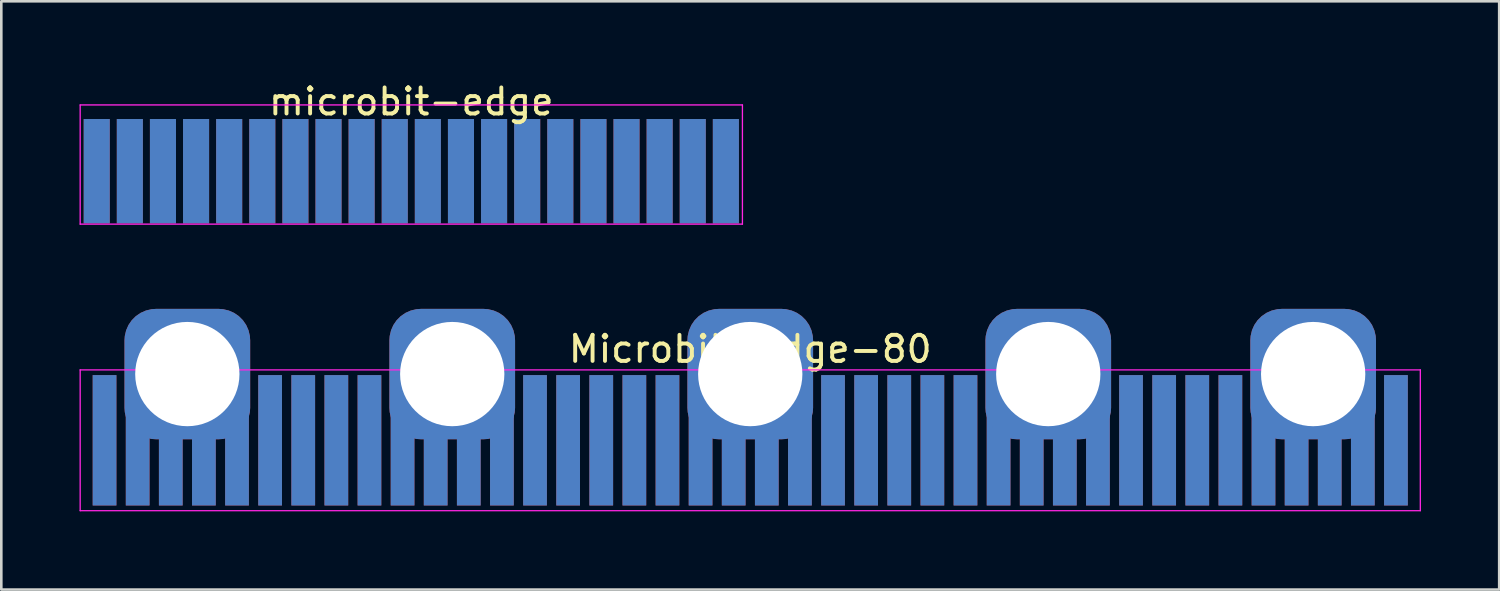
<source format=kicad_pcb>
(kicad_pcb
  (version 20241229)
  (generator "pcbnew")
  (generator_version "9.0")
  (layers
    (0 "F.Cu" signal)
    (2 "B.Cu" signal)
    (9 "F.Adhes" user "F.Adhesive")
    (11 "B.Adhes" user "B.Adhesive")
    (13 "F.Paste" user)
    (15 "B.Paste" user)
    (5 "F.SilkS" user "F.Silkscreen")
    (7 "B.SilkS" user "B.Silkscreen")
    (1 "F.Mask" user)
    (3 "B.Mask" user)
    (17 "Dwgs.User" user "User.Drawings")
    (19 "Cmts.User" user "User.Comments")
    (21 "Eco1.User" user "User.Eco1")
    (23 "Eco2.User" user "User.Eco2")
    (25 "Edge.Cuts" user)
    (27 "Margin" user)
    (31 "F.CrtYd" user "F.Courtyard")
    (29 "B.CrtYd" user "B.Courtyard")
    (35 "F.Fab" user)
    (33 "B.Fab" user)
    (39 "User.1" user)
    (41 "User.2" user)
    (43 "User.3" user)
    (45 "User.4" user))
  (footprint "Microbit-Edge-80"
    (layer "F.Cu")
    (at 25.725 13.837)
    (property "Reference" "Microbit-Edge-80" (at 0 -3.5 0) (layer "F.SilkS") (effects (font (size 1 1) (thickness 0.15))))
    (attr smd)
    (fp_line (start -25.7 -2.7) (end 25.7 -2.7) (stroke (width 0.05) (type solid)) (layer "F.CrtYd"))
    (fp_line (start -25.7 2.7) (end -25.7 -2.7) (stroke (width 0.05) (type solid)) (layer "F.CrtYd"))
    (fp_line (start 25.7 -2.7) (end 25.7 2.7) (stroke (width 0.05) (type solid)) (layer "F.CrtYd"))
    (fp_line (start 25.7 2.7) (end -25.7 2.7) (stroke (width 0.05) (type solid)) (layer "F.CrtYd"))
    (pad "1" smd rect (at -24.765 0) (size 0.91 5) (layers "F.Cu" "F.Mask" "F.Paste"))
    (pad "2" smd rect (at -24.765 0) (size 0.91 5) (layers "F.Mask" "B.Cu" "F.Paste"))
    (pad "3" smd rect (at -23.495 0) (size 0.91 5) (layers "F.Cu" "F.Mask" "F.Paste"))
    (pad "4" smd rect (at -23.495 0) (size 0.91 5) (layers "F.Mask" "B.Cu" "F.Paste"))
    (pad "5" smd rect (at -22.225 0) (size 0.91 5) (layers "F.Cu" "F.Mask" "F.Paste"))
    (pad "6" smd rect (at -22.225 0) (size 0.91 5) (layers "F.Mask" "B.Cu" "F.Paste"))
    (pad "7" smd rect (at -20.955 0) (size 0.91 5) (layers "F.Cu" "F.Mask" "F.Paste"))
    (pad "8" smd rect (at -20.955 0) (size 0.91 5) (layers "F.Mask" "B.Cu" "F.Paste"))
    (pad "9" smd rect (at -19.685 0) (size 0.91 5) (layers "F.Cu" "F.Mask" "F.Paste"))
    (pad "10" smd rect (at -19.685 0) (size 0.91 5) (layers "F.Mask" "B.Cu" "F.Paste"))
    (pad "11" smd rect (at -18.415 0) (size 0.91 5) (layers "F.Cu" "F.Mask" "F.Paste"))
    (pad "12" smd rect (at -18.415 0) (size 0.91 5) (layers "F.Mask" "B.Cu" "F.Paste"))
    (pad "13" smd rect (at -17.145 0) (size 0.91 5) (layers "F.Cu" "F.Mask" "F.Paste"))
    (pad "14" smd rect (at -17.145 0) (size 0.91 5) (layers "F.Mask" "B.Cu" "F.Paste"))
    (pad "15" smd rect (at -15.875 0) (size 0.91 5) (layers "F.Cu" "F.Mask" "F.Paste"))
    (pad "16" smd rect (at -15.875 0) (size 0.91 5) (layers "F.Mask" "B.Cu" "F.Paste"))
    (pad "17" smd rect (at -14.605 0) (size 0.91 5) (layers "F.Cu" "F.Mask" "F.Paste"))
    (pad "18" smd rect (at -14.605 0) (size 0.91 5) (layers "F.Mask" "B.Cu" "F.Paste"))
    (pad "19" smd rect (at -13.335 0) (size 0.91 5) (layers "F.Cu" "F.Mask" "F.Paste"))
    (pad "20" smd rect (at -13.335 0) (size 0.91 5) (layers "F.Mask" "B.Cu" "F.Paste"))
    (pad "21" smd rect (at -12.065 0) (size 0.91 5) (layers "F.Cu" "F.Mask" "F.Paste"))
    (pad "22" smd rect (at -12.065 0) (size 0.91 5) (layers "F.Mask" "B.Cu" "F.Paste"))
    (pad "23" smd rect (at -10.795 0) (size 0.91 5) (layers "F.Cu" "F.Mask" "F.Paste"))
    (pad "24" smd rect (at -10.795 0) (size 0.91 5) (layers "F.Mask" "B.Cu" "F.Paste"))
    (pad "25" smd rect (at -9.525 0) (size 0.91 5) (layers "F.Cu" "F.Mask" "F.Paste"))
    (pad "26" smd rect (at -9.525 0) (size 0.91 5) (layers "F.Mask" "B.Cu" "F.Paste"))
    (pad "27" smd rect (at -8.255 0) (size 0.91 5) (layers "F.Cu" "F.Mask" "F.Paste"))
    (pad "28" smd rect (at -8.255 0) (size 0.91 5) (layers "F.Mask" "B.Cu" "F.Paste"))
    (pad "29" smd rect (at -6.985 0) (size 0.91 5) (layers "F.Cu" "F.Mask" "F.Paste"))
    (pad "30" smd rect (at -6.985 0) (size 0.91 5) (layers "F.Mask" "B.Cu" "F.Paste"))
    (pad "31" smd rect (at -5.715 0) (size 0.91 5) (layers "F.Cu" "F.Mask" "F.Paste"))
    (pad "32" smd rect (at -5.715 0) (size 0.91 5) (layers "F.Mask" "B.Cu" "F.Paste"))
    (pad "33" smd rect (at -4.445 0) (size 0.91 5) (layers "F.Cu" "F.Mask" "F.Paste"))
    (pad "34" smd rect (at -4.445 0) (size 0.91 5) (layers "F.Mask" "B.Cu" "F.Paste"))
    (pad "35" smd rect (at -3.175 0) (size 0.91 5) (layers "F.Cu" "F.Mask" "F.Paste"))
    (pad "36" smd rect (at -3.175 0) (size 0.91 5) (layers "F.Mask" "B.Cu" "F.Paste"))
    (pad "37" smd rect (at -1.905 0) (size 0.91 5) (layers "F.Cu" "F.Mask" "F.Paste"))
    (pad "38" smd rect (at -1.905 0) (size 0.91 5) (layers "F.Mask" "B.Cu" "F.Paste"))
    (pad "39" smd rect (at -0.635 0) (size 0.91 5) (layers "F.Cu" "F.Mask" "F.Paste"))
    (pad "40" smd rect (at -0.635 0) (size 0.91 5) (layers "F.Mask" "B.Cu" "F.Paste"))
    (pad "41" smd rect (at 0.635 0) (size 0.91 5) (layers "F.Cu" "F.Mask" "F.Paste"))
    (pad "42" smd rect (at 0.635 0) (size 0.91 5) (layers "F.Mask" "B.Cu" "F.Paste"))
    (pad "43" smd rect (at 1.905 0) (size 0.91 5) (layers "F.Cu" "F.Mask" "F.Paste"))
    (pad "44" smd rect (at 1.905 0) (size 0.91 5) (layers "F.Mask" "B.Cu" "F.Paste"))
    (pad "45" smd rect (at 3.175 0) (size 0.91 5) (layers "F.Cu" "F.Mask" "F.Paste"))
    (pad "46" smd rect (at 3.175 0) (size 0.91 5) (layers "F.Mask" "B.Cu" "F.Paste"))
    (pad "47" smd rect (at 4.445 0) (size 0.91 5) (layers "F.Cu" "F.Mask" "F.Paste"))
    (pad "48" smd rect (at 4.445 0) (size 0.91 5) (layers "F.Mask" "B.Cu" "F.Paste"))
    (pad "49" smd rect (at 5.715 0) (size 0.91 5) (layers "F.Cu" "F.Mask" "F.Paste"))
    (pad "50" smd rect (at 5.715 0) (size 0.91 5) (layers "F.Mask" "B.Cu" "F.Paste"))
    (pad "51" smd rect (at 6.985 0) (size 0.91 5) (layers "F.Cu" "F.Mask" "F.Paste"))
    (pad "52" smd rect (at 6.985 0) (size 0.91 5) (layers "F.Mask" "B.Cu" "F.Paste"))
    (pad "53" smd rect (at 8.255 0) (size 0.91 5) (layers "F.Cu" "F.Mask" "F.Paste"))
    (pad "54" smd rect (at 8.255 0) (size 0.91 5) (layers "F.Mask" "B.Cu" "F.Paste"))
    (pad "55" smd rect (at 9.525 0) (size 0.91 5) (layers "F.Cu" "F.Mask" "F.Paste"))
    (pad "56" smd rect (at 9.525 0) (size 0.91 5) (layers "F.Mask" "B.Cu" "F.Paste"))
    (pad "57" smd rect (at 10.795 0) (size 0.91 5) (layers "F.Cu" "F.Mask" "F.Paste"))
    (pad "58" smd rect (at 10.795 0) (size 0.91 5) (layers "F.Mask" "B.Cu" "F.Paste"))
    (pad "59" smd rect (at 12.065 0) (size 0.91 5) (layers "F.Cu" "F.Mask" "F.Paste"))
    (pad "60" smd rect (at 12.065 0) (size 0.91 5) (layers "F.Mask" "B.Cu" "F.Paste"))
    (pad "61" smd rect (at 13.335 0) (size 0.91 5) (layers "F.Cu" "F.Mask" "F.Paste"))
    (pad "62" smd rect (at 13.335 0) (size 0.91 5) (layers "F.Mask" "B.Cu" "F.Paste"))
    (pad "63" smd rect (at 14.605 0) (size 0.91 5) (layers "F.Cu" "F.Mask" "F.Paste"))
    (pad "64" smd rect (at 14.605 0) (size 0.91 5) (layers "F.Mask" "B.Cu" "F.Paste"))
    (pad "65" smd rect (at 15.875 0) (size 0.91 5) (layers "F.Cu" "F.Mask" "F.Paste"))
    (pad "66" smd rect (at 15.875 0) (size 0.91 5) (layers "F.Mask" "B.Cu" "F.Paste"))
    (pad "67" smd rect (at 17.145 0) (size 0.91 5) (layers "F.Cu" "F.Mask" "F.Paste"))
    (pad "68" smd rect (at 17.145 0) (size 0.91 5) (layers "F.Mask" "B.Cu" "F.Paste"))
    (pad "69" smd rect (at 18.415 0) (size 0.91 5) (layers "F.Cu" "F.Mask" "F.Paste"))
    (pad "70" smd rect (at 18.415 0) (size 0.91 5) (layers "F.Mask" "B.Cu" "F.Paste"))
    (pad "71" smd rect (at 19.685 0) (size 0.91 5) (layers "F.Cu" "F.Mask" "F.Paste"))
    (pad "72" smd rect (at 19.685 0) (size 0.91 5) (layers "F.Mask" "B.Cu" "F.Paste"))
    (pad "73" smd rect (at 20.955 0) (size 0.91 5) (layers "F.Cu" "F.Mask" "F.Paste"))
    (pad "74" smd rect (at 20.955 0) (size 0.91 5) (layers "F.Mask" "B.Cu" "F.Paste"))
    (pad "75" smd rect (at 22.225 0) (size 0.91 5) (layers "F.Cu" "F.Mask" "F.Paste"))
    (pad "76" smd rect (at 22.225 0) (size 0.91 5) (layers "F.Mask" "B.Cu" "F.Paste"))
    (pad "77" smd rect (at 23.495 0) (size 0.91 5) (layers "F.Cu" "F.Mask" "F.Paste"))
    (pad "78" smd rect (at 23.495 0) (size 0.91 5) (layers "F.Mask" "B.Cu" "F.Paste"))
    (pad "79" smd rect (at 24.765 0) (size 0.91 5) (layers "F.Cu" "F.Mask" "F.Paste"))
    (pad "80" smd rect (at 24.765 0) (size 0.91 5) (layers "F.Mask" "B.Cu" "F.Paste"))
    (pad "81" thru_hole roundrect (at -21.59 -2.54) (size 4.82 5) (drill 4) (layers "*.Cu" "*.Mask") (roundrect_rratio 0.25))
    (pad "82" thru_hole roundrect (at -11.43 -2.54) (size 4.82 5) (drill 4) (layers "*.Cu" "*.Mask") (roundrect_rratio 0.25))
    (pad "83" thru_hole roundrect (at 0 -2.54) (size 4.82 5) (drill 4) (layers "*.Cu" "*.Mask") (roundrect_rratio 0.25))
    (pad "84" thru_hole roundrect (at 11.43 -2.54) (size 4.82 5) (drill 4) (layers "*.Cu" "*.Mask") (roundrect_rratio 0.25))
    (pad "85" thru_hole roundrect (at 21.59 -2.54) (size 4.82 5) (drill 4) (layers "*.Cu" "*.Mask") (roundrect_rratio 0.25)))
  (footprint "microbit-edge"
    (layer "F.Cu")
    (at 12.725 5.547)
    (property "Reference" "microbit-edge" (at 0 -4.699 0) (layer "F.SilkS") (effects (font (size 1 1) (thickness 0.15))))
    (attr smd)
    (fp_line (start -12.7 -4.572) (end 12.7 -4.572) (stroke (width 0.05) (type solid)) (layer "F.CrtYd"))
    (fp_line (start -12.7 0) (end -12.7 -4.572) (stroke (width 0.05) (type solid)) (layer "F.CrtYd"))
    (fp_line (start 12.7 -4.572) (end 12.7 0) (stroke (width 0.05) (type solid)) (layer "F.CrtYd"))
    (fp_line (start 12.7 0) (end -12.7 0) (stroke (width 0.05) (type solid)) (layer "F.CrtYd"))
    (pad "1" smd rect (at -12.065 -2.032) (size 1 4) (layers "F.Cu" "F.Mask" "F.Paste"))
    (pad "2" smd rect (at -12.065 -2.032) (size 1 4) (layers "F.Mask" "B.Cu" "F.Paste"))
    (pad "3" smd rect (at -10.795 -2.032) (size 1 4) (layers "F.Cu" "F.Mask" "F.Paste"))
    (pad "4" smd rect (at -10.795 -2.032) (size 1 4) (layers "F.Mask" "B.Cu" "F.Paste"))
    (pad "5" smd rect (at -9.525 -2.032) (size 1 4) (layers "F.Cu" "F.Mask" "F.Paste"))
    (pad "6" smd rect (at -9.525 -2.032) (size 1 4) (layers "F.Mask" "B.Cu" "F.Paste"))
    (pad "7" smd rect (at -8.255 -2.032) (size 1 4) (layers "F.Cu" "F.Mask" "F.Paste"))
    (pad "8" smd rect (at -8.255 -2.032) (size 1 4) (layers "F.Mask" "B.Cu" "F.Paste"))
    (pad "9" smd rect (at -6.985 -2.032) (size 1 4) (layers "F.Cu" "F.Mask" "F.Paste"))
    (pad "10" smd rect (at -6.985 -2.032) (size 1 4) (layers "F.Mask" "B.Cu" "F.Paste"))
    (pad "11" smd rect (at -5.715 -2.032) (size 1 4) (layers "F.Cu" "F.Mask" "F.Paste"))
    (pad "12" smd rect (at -5.715 -2.032) (size 1 4) (layers "F.Mask" "B.Cu" "F.Paste"))
    (pad "13" smd rect (at -4.445 -2.032) (size 1 4) (layers "F.Cu" "F.Mask" "F.Paste"))
    (pad "14" smd rect (at -4.445 -2.032) (size 1 4) (layers "F.Mask" "B.Cu" "F.Paste"))
    (pad "15" smd rect (at -3.175 -2.032) (size 1 4) (layers "F.Cu" "F.Mask" "F.Paste"))
    (pad "16" smd rect (at -3.175 -2.032) (size 1 4) (layers "F.Mask" "B.Cu" "F.Paste"))
    (pad "17" smd rect (at -1.905 -2.032) (size 1 4) (layers "F.Cu" "F.Mask" "F.Paste"))
    (pad "18" smd rect (at -1.905 -2.032) (size 1 4) (layers "F.Mask" "B.Cu" "F.Paste"))
    (pad "19" smd rect (at -0.635 -2.032) (size 1 4) (layers "F.Cu" "F.Mask" "F.Paste"))
    (pad "20" smd rect (at -0.635 -2.032) (size 1 4) (layers "F.Mask" "B.Cu" "F.Paste"))
    (pad "21" smd rect (at 0.635 -2.032) (size 1 4) (layers "F.Cu" "F.Mask" "F.Paste"))
    (pad "22" smd rect (at 0.635 -2.032) (size 1 4) (layers "F.Mask" "B.Cu" "F.Paste"))
    (pad "23" smd rect (at 1.905 -2.032) (size 1 4) (layers "F.Cu" "F.Mask" "F.Paste"))
    (pad "24" smd rect (at 1.905 -2.032) (size 1 4) (layers "F.Mask" "B.Cu" "F.Paste"))
    (pad "25" smd rect (at 3.175 -2.032) (size 1 4) (layers "F.Cu" "F.Mask" "F.Paste"))
    (pad "26" smd rect (at 3.175 -2.032) (size 1 4) (layers "F.Mask" "B.Cu" "F.Paste"))
    (pad "27" smd rect (at 4.445 -2.032) (size 1 4) (layers "F.Cu" "F.Mask" "F.Paste"))
    (pad "28" smd rect (at 4.445 -2.032) (size 1 4) (layers "F.Mask" "B.Cu" "F.Paste"))
    (pad "29" smd rect (at 5.715 -2.032) (size 1 4) (layers "F.Cu" "F.Mask" "F.Paste"))
    (pad "30" smd rect (at 5.715 -2.032) (size 1 4) (layers "F.Mask" "B.Cu" "F.Paste"))
    (pad "31" smd rect (at 6.985 -2.032) (size 1 4) (layers "F.Cu" "F.Mask" "F.Paste"))
    (pad "32" smd rect (at 6.985 -2.032) (size 1 4) (layers "F.Mask" "B.Cu" "F.Paste"))
    (pad "33" smd rect (at 8.255 -2.032) (size 1 4) (layers "F.Cu" "F.Mask" "F.Paste"))
    (pad "34" smd rect (at 8.255 -2.032) (size 1 4) (layers "F.Mask" "B.Cu" "F.Paste"))
    (pad "35" smd rect (at 9.525 -2.032) (size 1 4) (layers "F.Cu" "F.Mask" "F.Paste"))
    (pad "36" smd rect (at 9.525 -2.032) (size 1 4) (layers "F.Mask" "B.Cu" "F.Paste"))
    (pad "37" smd rect (at 10.795 -2.032) (size 1 4) (layers "F.Cu" "F.Mask" "F.Paste"))
    (pad "38" smd rect (at 10.795 -2.032) (size 1 4) (layers "F.Mask" "B.Cu" "F.Paste"))
    (pad "39" smd rect (at 12.065 -2.032) (size 1 4) (layers "F.Cu" "F.Mask" "F.Paste"))
    (pad "40" smd rect (at 12.065 -2.032) (size 1 4) (layers "F.Mask" "B.Cu" "F.Paste")))
  (gr_rect
    (start -3 -3)
    (end 54.45 19.562)
    (stroke (width 0.1) (type default))
    (fill no)
    (layer "Edge.Cuts")))
</source>
